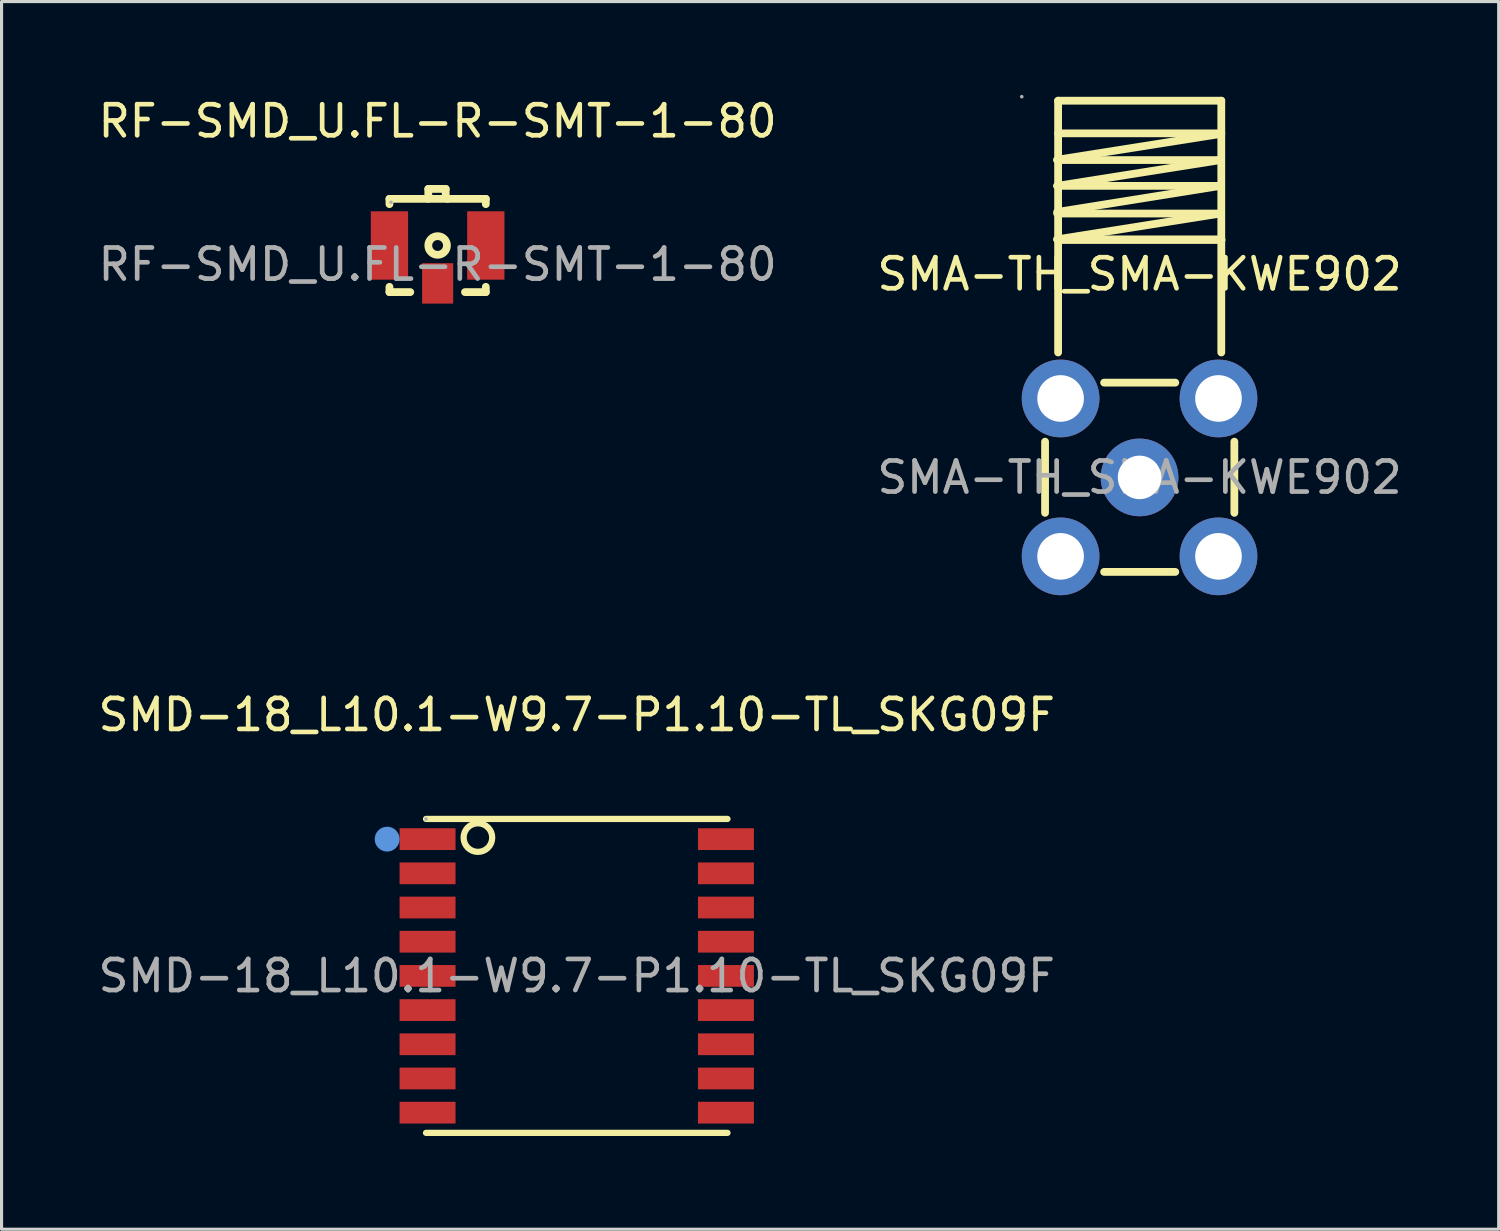
<source format=kicad_pcb>
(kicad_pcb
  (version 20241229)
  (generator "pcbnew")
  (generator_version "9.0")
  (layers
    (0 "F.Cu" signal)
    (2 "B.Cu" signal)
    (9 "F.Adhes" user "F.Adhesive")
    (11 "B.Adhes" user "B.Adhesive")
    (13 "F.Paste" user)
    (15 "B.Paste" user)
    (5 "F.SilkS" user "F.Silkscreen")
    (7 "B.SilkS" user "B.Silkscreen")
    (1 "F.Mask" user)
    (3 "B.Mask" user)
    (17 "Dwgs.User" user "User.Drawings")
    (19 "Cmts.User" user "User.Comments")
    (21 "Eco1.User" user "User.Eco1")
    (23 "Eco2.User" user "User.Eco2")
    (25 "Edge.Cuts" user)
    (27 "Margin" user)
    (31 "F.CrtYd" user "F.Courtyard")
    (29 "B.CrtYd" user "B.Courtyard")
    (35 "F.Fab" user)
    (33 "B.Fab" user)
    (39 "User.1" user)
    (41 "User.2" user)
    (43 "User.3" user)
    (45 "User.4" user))
  (footprint "RF-SMD_U.FL-R-SMT-1-80"
    (layer "F.Cu")
    (at 11.03 5.458)
    (property "Reference" "RF-SMD_U.FL-R-SMT-1-80" (at 0 -4.61 0) (layer "F.SilkS") (effects (font (size 1 1) (thickness 0.15))))
    (attr smd)
    (fp_line (start -1.55 -2.11) (end -1.55 -1.94) (stroke (width 0.25) (type solid)) (layer "F.SilkS"))
    (fp_line (start -1.55 0.72) (end -1.55 0.89) (stroke (width 0.25) (type solid)) (layer "F.SilkS"))
    (fp_line (start -1.55 0.89) (end -0.88 0.89) (stroke (width 0.25) (type solid)) (layer "F.SilkS"))
    (fp_line (start -0.3 -2.43) (end 0.26 -2.43) (stroke (width 0.25) (type solid)) (layer "F.SilkS"))
    (fp_line (start -0.3 -2.11) (end -0.3 -2.43) (stroke (width 0.25) (type solid)) (layer "F.SilkS"))
    (fp_line (start 0.26 -2.43) (end 0.26 -2.17) (stroke (width 0.25) (type solid)) (layer "F.SilkS"))
    (fp_line (start 0.26 -2.17) (end 0.32 -2.11) (stroke (width 0.25) (type solid)) (layer "F.SilkS"))
    (fp_line (start 0.88 0.89) (end 1.55 0.89) (stroke (width 0.25) (type solid)) (layer "F.SilkS"))
    (fp_line (start 1.55 -2.11) (end -1.55 -2.11) (stroke (width 0.25) (type solid)) (layer "F.SilkS"))
    (fp_line (start 1.55 -1.94) (end 1.55 -2.11) (stroke (width 0.25) (type solid)) (layer "F.SilkS"))
    (fp_line (start 1.55 0.89) (end 1.55 0.72) (stroke (width 0.25) (type solid)) (layer "F.SilkS"))
    (fp_circle (center 0 -0.61) (end 0.3 -0.61) (stroke (width 0.25) (type solid)) (fill no) (layer "F.SilkS"))
    (fp_circle (center -1.5 -2) (end -1.47 -2) (stroke (width 0.06) (type solid)) (fill no) (layer "F.Fab"))
    (fp_text user "${REFERENCE}" (at 0 0 0) (layer "F.Fab") (effects (font (size 1 1) (thickness 0.15))))
    (pad "1" smd rect (at -1.55 -0.61 90) (size 2.2 1.2) (layers "F.Cu" "F.Mask" "F.Paste"))
    (pad "2" smd rect (at 0 0.61) (size 1 1.3) (layers "F.Cu" "F.Mask" "F.Paste"))
    (pad "3" smd rect (at 1.55 -0.61 90) (size 2.2 1.2) (layers "F.Cu" "F.Mask" "F.Paste")))
  (footprint "SMA-TH_SMA-KWE902"
    (layer "F.Cu")
    (at 33.613 12.31)
    (property "Reference" "SMA-TH_SMA-KWE902" (at 0 -6.54 0) (layer "F.SilkS") (effects (font (size 1 1) (thickness 0.15))))
    (attr through_hole)
    (fp_line (start -3.04 -1.15) (end -3.04 1.14) (stroke (width 0.25) (type solid)) (layer "F.SilkS"))
    (fp_line (start -2.65 -10.22) (end 2.6 -11.05) (stroke (width 0.25) (type solid)) (layer "F.SilkS"))
    (fp_line (start -2.65 -9.38) (end 2.6 -10.21) (stroke (width 0.25) (type solid)) (layer "F.SilkS"))
    (fp_line (start -2.65 -8.54) (end 2.6 -9.38) (stroke (width 0.25) (type solid)) (layer "F.SilkS"))
    (fp_line (start -2.65 -7.66) (end 2.6 -8.49) (stroke (width 0.25) (type solid)) (layer "F.SilkS"))
    (fp_line (start -2.65 -7.66) (end 2.6 -7.66) (stroke (width 0.25) (type solid)) (layer "F.SilkS"))
    (fp_line (start -2.62 -12.12) (end 2.63 -12.12) (stroke (width 0.25) (type solid)) (layer "F.SilkS"))
    (fp_line (start -2.62 -4.02) (end -2.62 -12.12) (stroke (width 0.25) (type solid)) (layer "F.SilkS"))
    (fp_line (start -2.61 -7.64) (end 2.64 -7.64) (stroke (width 0.25) (type solid)) (layer "F.SilkS"))
    (fp_line (start -1.14 3.04) (end 1.15 3.04) (stroke (width 0.25) (type solid)) (layer "F.SilkS"))
    (fp_line (start 1.15 -3.05) (end -1.14 -3.05) (stroke (width 0.25) (type solid)) (layer "F.SilkS"))
    (fp_line (start 2.6 -10.21) (end -2.65 -10.21) (stroke (width 0.25) (type solid)) (layer "F.SilkS"))
    (fp_line (start 2.6 -9.38) (end -2.65 -9.38) (stroke (width 0.25) (type solid)) (layer "F.SilkS"))
    (fp_line (start 2.6 -8.49) (end -2.65 -8.49) (stroke (width 0.25) (type solid)) (layer "F.SilkS"))
    (fp_line (start 2.63 -11.07) (end -2.62 -11.07) (stroke (width 0.25) (type solid)) (layer "F.SilkS"))
    (fp_line (start 2.63 -4.02) (end 2.63 -12.12) (stroke (width 0.25) (type solid)) (layer "F.SilkS"))
    (fp_line (start 3.05 1.14) (end 3.05 -1.15) (stroke (width 0.25) (type solid)) (layer "F.SilkS"))
    (fp_circle (center -3.79 -12.25) (end -3.76 -12.25) (stroke (width 0.06) (type solid)) (fill no) (layer "F.Fab"))
    (fp_circle (center -2.54 -2.54) (end -2.21 -2.54) (stroke (width 0.65) (type solid)) (fill no) (layer "F.Fab"))
    (fp_circle (center -2.54 2.54) (end -2.21 2.54) (stroke (width 0.65) (type solid)) (fill no) (layer "F.Fab"))
    (fp_circle (center 0 0) (end 0.3 0) (stroke (width 0.6) (type solid)) (fill no) (layer "F.Fab"))
    (fp_circle (center 2.54 -2.54) (end 2.87 -2.54) (stroke (width 0.65) (type solid)) (fill no) (layer "F.Fab"))
    (fp_circle (center 2.54 2.54) (end 2.87 2.54) (stroke (width 0.65) (type solid)) (fill no) (layer "F.Fab"))
    (fp_text user "${REFERENCE}" (at 0 0 0) (layer "F.Fab") (effects (font (size 1 1) (thickness 0.15))))
    (pad "1" thru_hole circle (at -2.54 -2.54) (size 2.5 2.5) (drill 1.5) (layers "*.Cu" "*.Mask"))
    (pad "2" thru_hole circle (at 2.54 -2.54) (size 2.5 2.5) (drill 1.5) (layers "*.Cu" "*.Mask"))
    (pad "3" thru_hole circle (at 2.54 2.54) (size 2.5 2.5) (drill 1.5) (layers "*.Cu" "*.Mask"))
    (pad "4" thru_hole circle (at -2.54 2.54) (size 2.5 2.5) (drill 1.5) (layers "*.Cu" "*.Mask"))
    (pad "5" thru_hole circle (at 0 0) (size 2.5 2.5) (drill 1.4) (layers "*.Cu" "*.Mask")))
  (footprint "SMD-18_L10.1-W9.7-P1.10-TL_SKG09F"
    (layer "F.Cu")
    (at 15.506 28.348)
    (property "Reference" "SMD-18_L10.1-W9.7-P1.10-TL_SKG09F" (at 0 -8.4 0) (layer "F.SilkS") (effects (font (size 1 1) (thickness 0.15))))
    (attr smd)
    (fp_line (start -4.85 -5.05) (end 4.85 -5.05) (stroke (width 0.2) (type solid)) (layer "F.SilkS"))
    (fp_line (start -4.85 5.05) (end 4.85 5.05) (stroke (width 0.2) (type solid)) (layer "F.SilkS"))
    (fp_circle (center -3.18 -4.45) (end -2.72 -4.45) (stroke (width 0.2) (type solid)) (fill no) (layer "F.SilkS"))
    (fp_circle (center -6.1 -4.4) (end -5.9 -4.4) (stroke (width 0.4) (type solid)) (fill no) (layer "Cmts.User"))
    (fp_circle (center -4.85 -5.05) (end -4.82 -5.05) (stroke (width 0.06) (type solid)) (fill no) (layer "F.Fab"))
    (fp_text user "${REFERENCE}" (at 0 0 0) (layer "F.Fab") (effects (font (size 1 1) (thickness 0.15))))
    (pad "1" smd rect (at -4.8 -4.4) (size 1.8 0.7) (layers "F.Cu" "F.Mask" "F.Paste"))
    (pad "2" smd rect (at -4.8 -3.3) (size 1.8 0.7) (layers "F.Cu" "F.Mask" "F.Paste"))
    (pad "3" smd rect (at -4.8 -2.2) (size 1.8 0.7) (layers "F.Cu" "F.Mask" "F.Paste"))
    (pad "4" smd rect (at -4.8 -1.1) (size 1.8 0.7) (layers "F.Cu" "F.Mask" "F.Paste"))
    (pad "5" smd rect (at -4.8 0) (size 1.8 0.7) (layers "F.Cu" "F.Mask" "F.Paste"))
    (pad "6" smd rect (at -4.8 1.1) (size 1.8 0.7) (layers "F.Cu" "F.Mask" "F.Paste"))
    (pad "7" smd rect (at -4.8 2.2) (size 1.8 0.7) (layers "F.Cu" "F.Mask" "F.Paste"))
    (pad "8" smd rect (at -4.8 3.3) (size 1.8 0.7) (layers "F.Cu" "F.Mask" "F.Paste"))
    (pad "9" smd rect (at -4.8 4.4) (size 1.8 0.7) (layers "F.Cu" "F.Mask" "F.Paste"))
    (pad "10" smd rect (at 4.8 4.4) (size 1.8 0.7) (layers "F.Cu" "F.Mask" "F.Paste"))
    (pad "11" smd rect (at 4.8 3.3) (size 1.8 0.7) (layers "F.Cu" "F.Mask" "F.Paste"))
    (pad "12" smd rect (at 4.8 2.2) (size 1.8 0.7) (layers "F.Cu" "F.Mask" "F.Paste"))
    (pad "13" smd rect (at 4.8 1.1) (size 1.8 0.7) (layers "F.Cu" "F.Mask" "F.Paste"))
    (pad "14" smd rect (at 4.8 0) (size 1.8 0.7) (layers "F.Cu" "F.Mask" "F.Paste"))
    (pad "15" smd rect (at 4.8 -1.1) (size 1.8 0.7) (layers "F.Cu" "F.Mask" "F.Paste"))
    (pad "16" smd rect (at 4.8 -2.2) (size 1.8 0.7) (layers "F.Cu" "F.Mask" "F.Paste"))
    (pad "17" smd rect (at 4.8 -3.3) (size 1.8 0.7) (layers "F.Cu" "F.Mask" "F.Paste"))
    (pad "18" smd rect (at 4.8 -4.4) (size 1.8 0.7) (layers "F.Cu" "F.Mask" "F.Paste")))
  (gr_rect
    (start -3 -3)
    (end 45.167 36.498)
    (stroke (width 0.1) (type default))
    (fill no)
    (layer "Edge.Cuts")))
</source>
